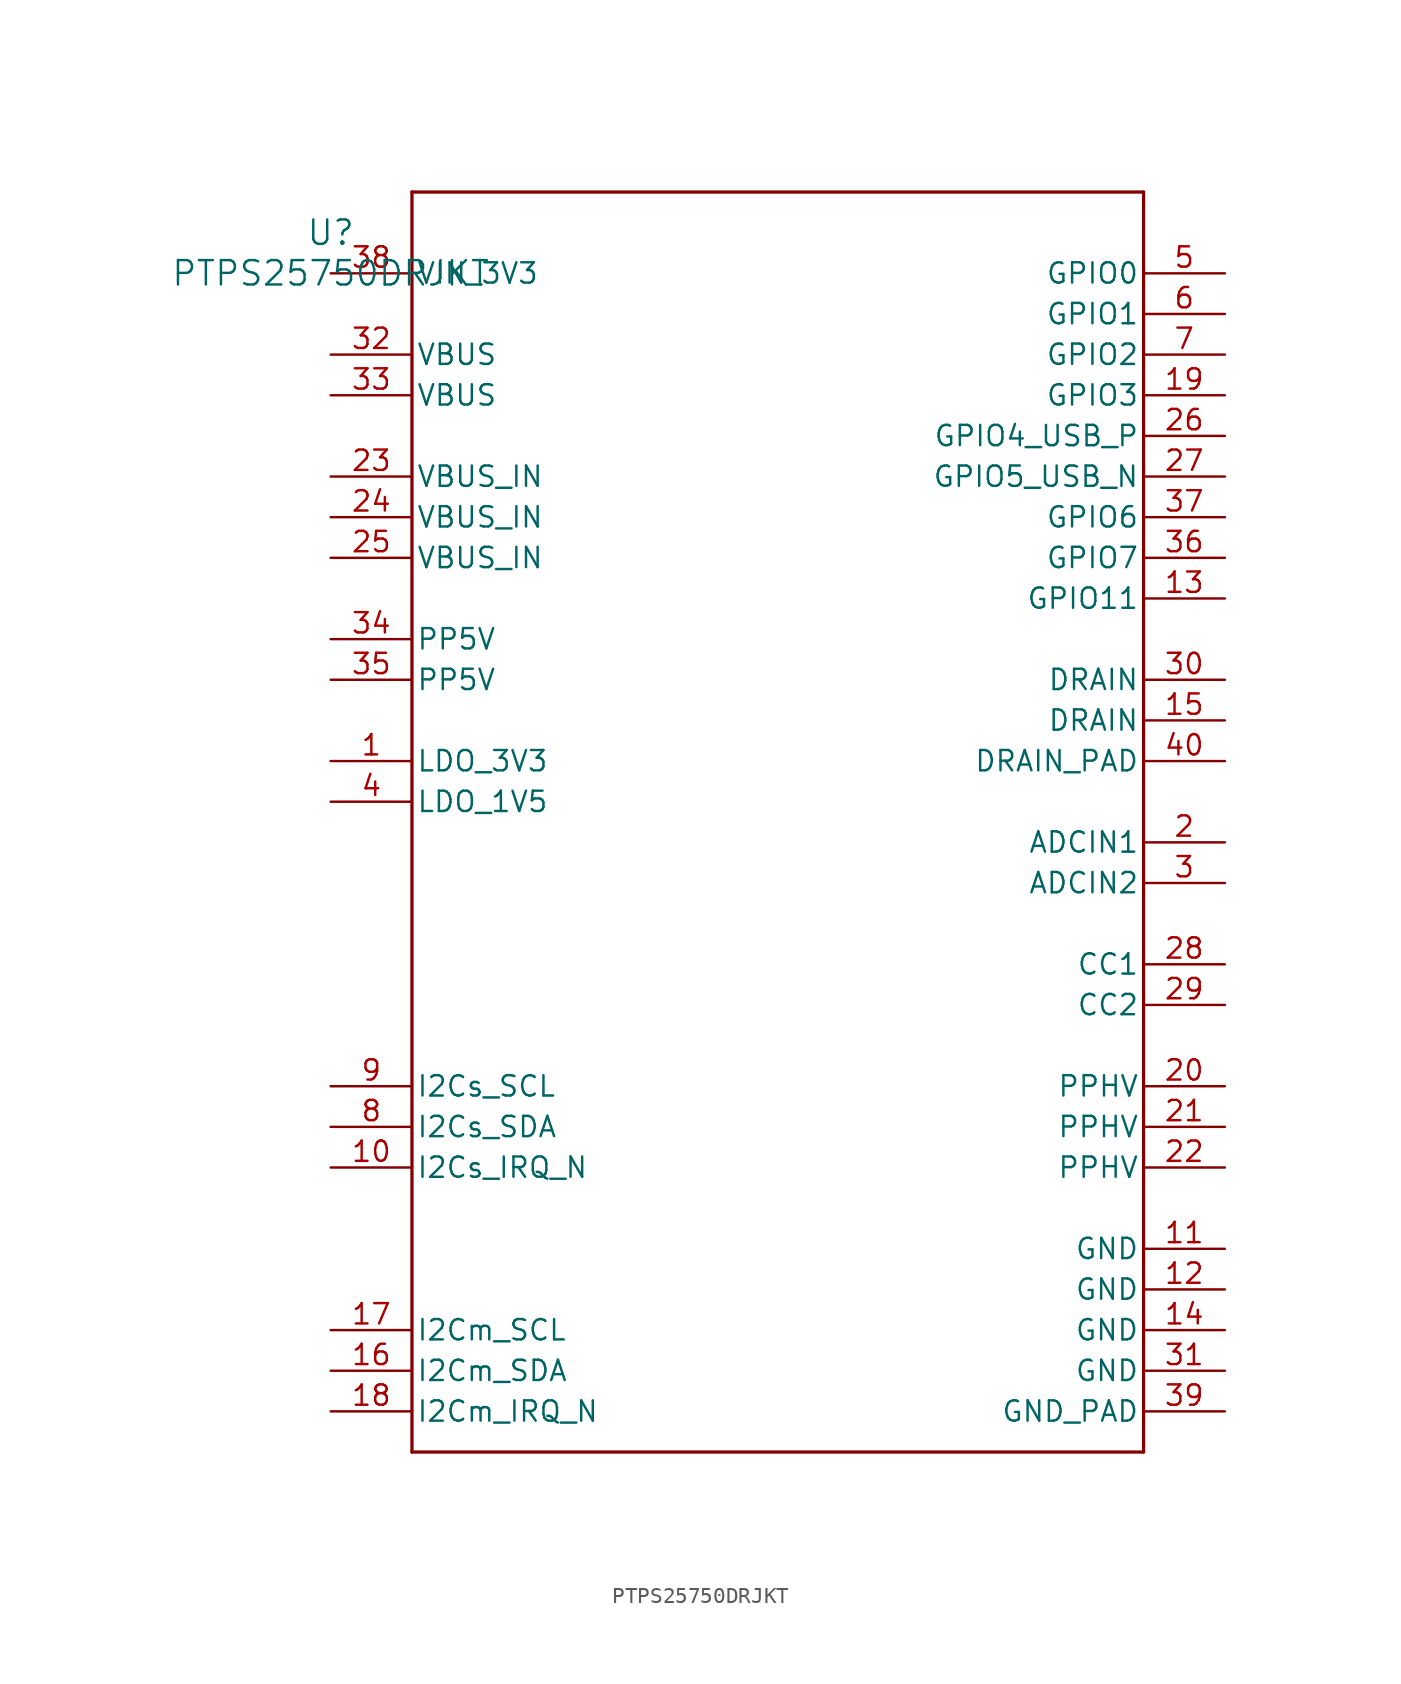
<source format=kicad_sym>
(kicad_symbol_lib
  (version 20211014)
  (generator kicad_symbol_editor)
  (symbol "PTPS25750DRJKT"
    (pin_names
      (offset 0.254))
    (property "Reference" "U"
      (at 0 2.54 0)
      (effects (font (size 1.524 1.524))))
    (property "Value" "PTPS25750DRJKT"
      (at 0 0 0)
      (effects (font (size 1.524 1.524))))
    (symbol "PTPS25750DRJKT_0_1"
      (polyline (pts (xy 5.08 -73.66) (xy 50.8 -73.66)) (stroke (width 0.203) (type default) (color 0 0 0 0)) (fill (type none)))
      (polyline (pts (xy 50.8 -73.66) (xy 50.8 5.08)) (stroke (width 0.203) (type default) (color 0 0 0 0)) (fill (type none)))
      (polyline (pts (xy 50.8 5.08) (xy 5.08 5.08)) (stroke (width 0.203) (type default) (color 0 0 0 0)) (fill (type none)))
      (polyline (pts (xy 5.08 5.08) (xy 5.08 -73.66)) (stroke (width 0.203) (type default) (color 0 0 0 0)) (fill (type none)))
      (pin unspecified line (at 0 -30.48 0) (length 5.08) (name "LDO_3V3" (effects (font (size 1.27 1.27)))) (number "1" (effects (font (size 1.27 1.27)))))
      (pin unspecified line (at 55.88 -35.56 180) (length 5.08) (name "ADCIN1" (effects (font (size 1.27 1.27)))) (number "2" (effects (font (size 1.27 1.27)))))
      (pin unspecified line (at 55.88 -38.1 180) (length 5.08) (name "ADCIN2" (effects (font (size 1.27 1.27)))) (number "3" (effects (font (size 1.27 1.27)))))
      (pin unspecified line (at 0 -33.02 0) (length 5.08) (name "LDO_1V5" (effects (font (size 1.27 1.27)))) (number "4" (effects (font (size 1.27 1.27)))))
      (pin bidirectional line (at 55.88 0 180) (length 5.08) (name "GPIO0" (effects (font (size 1.27 1.27)))) (number "5" (effects (font (size 1.27 1.27)))))
      (pin bidirectional line (at 55.88 -2.54 180) (length 5.08) (name "GPIO1" (effects (font (size 1.27 1.27)))) (number "6" (effects (font (size 1.27 1.27)))))
      (pin bidirectional line (at 55.88 -5.08 180) (length 5.08) (name "GPIO2" (effects (font (size 1.27 1.27)))) (number "7" (effects (font (size 1.27 1.27)))))
      (pin bidirectional line (at 0 -53.34 0) (length 5.08) (name "I2Cs_SDA" (effects (font (size 1.27 1.27)))) (number "8" (effects (font (size 1.27 1.27)))))
      (pin input line (at 0 -50.8 0) (length 5.08) (name "I2Cs_SCL" (effects (font (size 1.27 1.27)))) (number "9" (effects (font (size 1.27 1.27)))))
      (pin output line (at 0 -55.88 0) (length 5.08) (name "I2Cs_IRQ_N" (effects (font (size 1.27 1.27)))) (number "10" (effects (font (size 1.27 1.27)))))
      (pin power_in line (at 55.88 -60.96 180) (length 5.08) (name "GND" (effects (font (size 1.27 1.27)))) (number "11" (effects (font (size 1.27 1.27)))))
      (pin power_in line (at 55.88 -63.5 180) (length 5.08) (name "GND" (effects (font (size 1.27 1.27)))) (number "12" (effects (font (size 1.27 1.27)))))
      (pin bidirectional line (at 55.88 -20.32 180) (length 5.08) (name "GPIO11" (effects (font (size 1.27 1.27)))) (number "13" (effects (font (size 1.27 1.27)))))
      (pin power_in line (at 55.88 -66.04 180) (length 5.08) (name "GND" (effects (font (size 1.27 1.27)))) (number "14" (effects (font (size 1.27 1.27)))))
      (pin unspecified line (at 55.88 -27.94 180) (length 5.08) (name "DRAIN" (effects (font (size 1.27 1.27)))) (number "15" (effects (font (size 1.27 1.27)))))
      (pin bidirectional line (at 0 -68.58 0) (length 5.08) (name "I2Cm_SDA" (effects (font (size 1.27 1.27)))) (number "16" (effects (font (size 1.27 1.27)))))
      (pin output line (at 0 -66.04 0) (length 5.08) (name "I2Cm_SCL" (effects (font (size 1.27 1.27)))) (number "17" (effects (font (size 1.27 1.27)))))
      (pin input line (at 0 -71.12 0) (length 5.08) (name "I2Cm_IRQ_N" (effects (font (size 1.27 1.27)))) (number "18" (effects (font (size 1.27 1.27)))))
      (pin bidirectional line (at 55.88 -7.62 180) (length 5.08) (name "GPIO3" (effects (font (size 1.27 1.27)))) (number "19" (effects (font (size 1.27 1.27)))))
      (pin unspecified line (at 55.88 -50.8 180) (length 5.08) (name "PPHV" (effects (font (size 1.27 1.27)))) (number "20" (effects (font (size 1.27 1.27)))))
      (pin unspecified line (at 55.88 -53.34 180) (length 5.08) (name "PPHV" (effects (font (size 1.27 1.27)))) (number "21" (effects (font (size 1.27 1.27)))))
      (pin unspecified line (at 55.88 -55.88 180) (length 5.08) (name "PPHV" (effects (font (size 1.27 1.27)))) (number "22" (effects (font (size 1.27 1.27)))))
      (pin power_in line (at 0 -12.7 0) (length 5.08) (name "VBUS_IN" (effects (font (size 1.27 1.27)))) (number "23" (effects (font (size 1.27 1.27)))))
      (pin power_in line (at 0 -15.24 0) (length 5.08) (name "VBUS_IN" (effects (font (size 1.27 1.27)))) (number "24" (effects (font (size 1.27 1.27)))))
      (pin power_in line (at 0 -17.78 0) (length 5.08) (name "VBUS_IN" (effects (font (size 1.27 1.27)))) (number "25" (effects (font (size 1.27 1.27)))))
      (pin bidirectional line (at 55.88 -10.16 180) (length 5.08) (name "GPIO4_USB_P" (effects (font (size 1.27 1.27)))) (number "26" (effects (font (size 1.27 1.27)))))
      (pin bidirectional line (at 55.88 -12.7 180) (length 5.08) (name "GPIO5_USB_N" (effects (font (size 1.27 1.27)))) (number "27" (effects (font (size 1.27 1.27)))))
      (pin unspecified line (at 55.88 -43.18 180) (length 5.08) (name "CC1" (effects (font (size 1.27 1.27)))) (number "28" (effects (font (size 1.27 1.27)))))
      (pin unspecified line (at 55.88 -45.72 180) (length 5.08) (name "CC2" (effects (font (size 1.27 1.27)))) (number "29" (effects (font (size 1.27 1.27)))))
      (pin unspecified line (at 55.88 -25.4 180) (length 5.08) (name "DRAIN" (effects (font (size 1.27 1.27)))) (number "30" (effects (font (size 1.27 1.27)))))
      (pin power_in line (at 55.88 -68.58 180) (length 5.08) (name "GND" (effects (font (size 1.27 1.27)))) (number "31" (effects (font (size 1.27 1.27)))))
      (pin power_in line (at 0 -5.08 0) (length 5.08) (name "VBUS" (effects (font (size 1.27 1.27)))) (number "32" (effects (font (size 1.27 1.27)))))
      (pin power_in line (at 0 -7.62 0) (length 5.08) (name "VBUS" (effects (font (size 1.27 1.27)))) (number "33" (effects (font (size 1.27 1.27)))))
      (pin power_in line (at 0 -22.86 0) (length 5.08) (name "PP5V" (effects (font (size 1.27 1.27)))) (number "34" (effects (font (size 1.27 1.27)))))
      (pin power_in line (at 0 -25.4 0) (length 5.08) (name "PP5V" (effects (font (size 1.27 1.27)))) (number "35" (effects (font (size 1.27 1.27)))))
      (pin bidirectional line (at 55.88 -17.78 180) (length 5.08) (name "GPIO7" (effects (font (size 1.27 1.27)))) (number "36" (effects (font (size 1.27 1.27)))))
      (pin bidirectional line (at 55.88 -15.24 180) (length 5.08) (name "GPIO6" (effects (font (size 1.27 1.27)))) (number "37" (effects (font (size 1.27 1.27)))))
      (pin power_in line (at 0 0 0) (length 5.08) (name "VIN_3V3" (effects (font (size 1.27 1.27)))) (number "38" (effects (font (size 1.27 1.27)))))
      (pin power_in line (at 55.88 -71.12 180) (length 5.08) (name "GND_PAD" (effects (font (size 1.27 1.27)))) (number "39" (effects (font (size 1.27 1.27)))))
      (pin unspecified line (at 55.88 -30.48 180) (length 5.08) (name "DRAIN_PAD" (effects (font (size 1.27 1.27)))) (number "40" (effects (font (size 1.27 1.27))))))))
</source>
